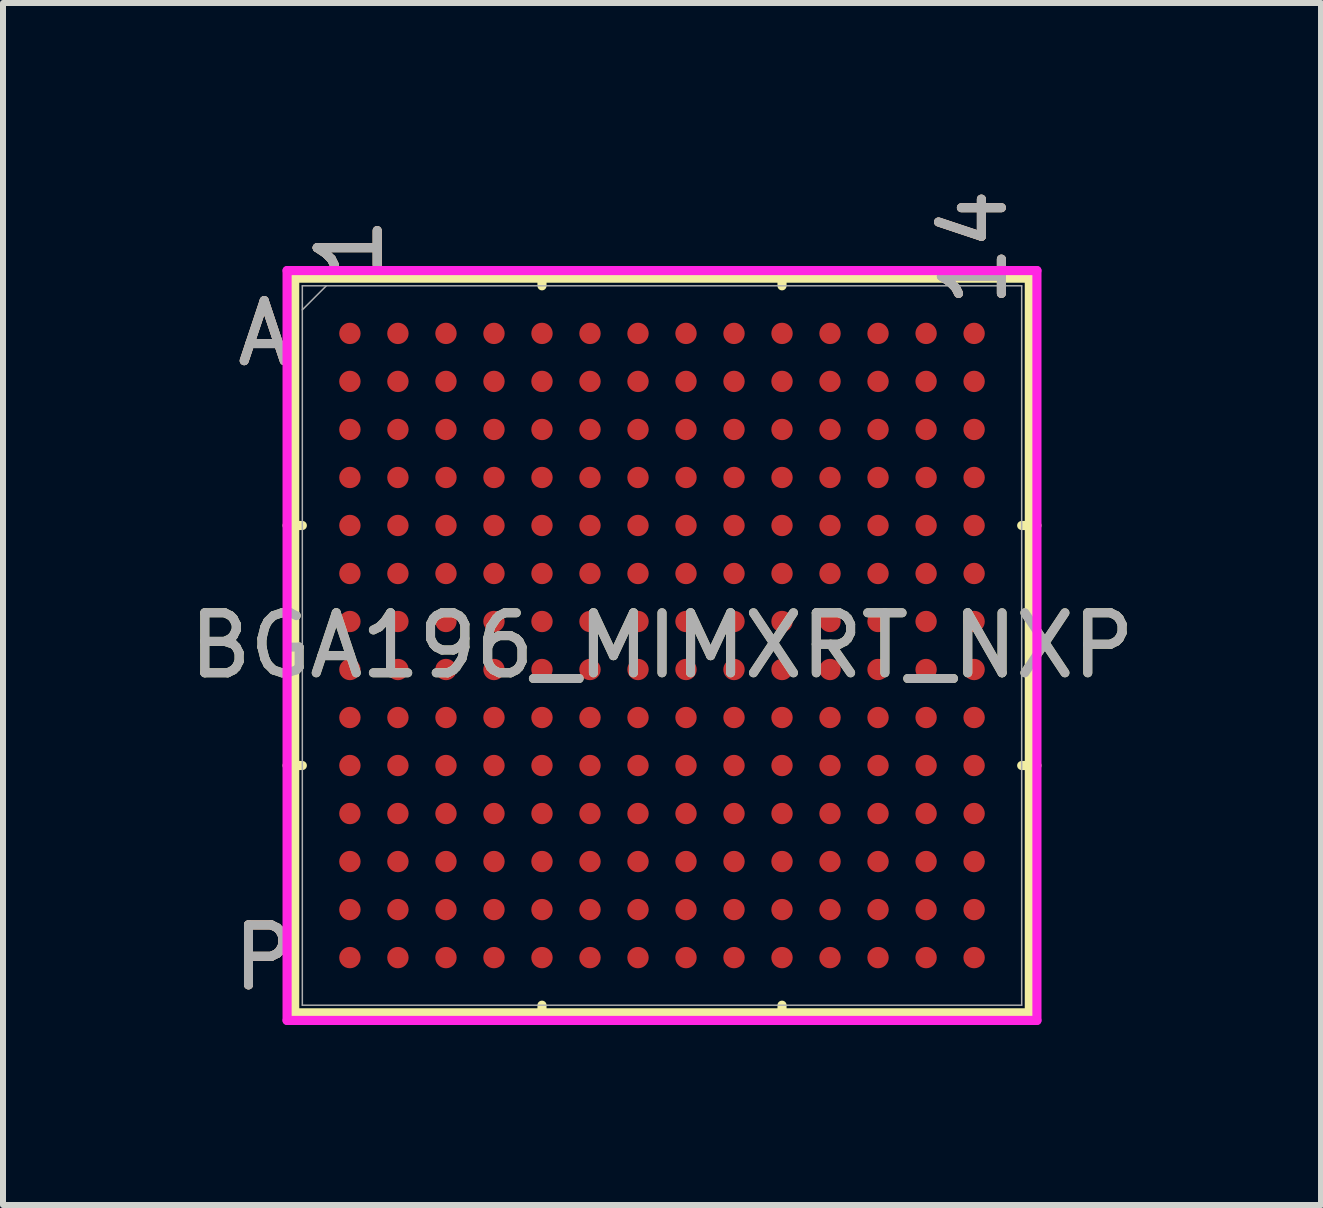
<source format=kicad_pcb>
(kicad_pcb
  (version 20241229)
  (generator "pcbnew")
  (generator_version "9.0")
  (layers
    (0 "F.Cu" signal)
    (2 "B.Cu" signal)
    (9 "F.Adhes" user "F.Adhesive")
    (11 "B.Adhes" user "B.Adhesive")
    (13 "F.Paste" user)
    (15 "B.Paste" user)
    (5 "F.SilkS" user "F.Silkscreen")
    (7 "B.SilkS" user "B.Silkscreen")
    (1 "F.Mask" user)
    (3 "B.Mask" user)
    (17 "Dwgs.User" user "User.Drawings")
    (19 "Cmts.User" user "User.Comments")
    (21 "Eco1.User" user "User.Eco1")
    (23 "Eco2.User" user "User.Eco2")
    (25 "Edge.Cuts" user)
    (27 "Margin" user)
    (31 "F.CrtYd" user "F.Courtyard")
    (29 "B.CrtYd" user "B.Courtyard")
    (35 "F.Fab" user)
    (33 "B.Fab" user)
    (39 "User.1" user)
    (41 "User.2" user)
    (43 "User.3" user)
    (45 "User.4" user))
  (footprint "BGA196_MIMXRT_NXP"
    (layer "F.Cu")
    (at 7.982 7.707)
    (property "Reference" "BGA196_MIMXRT_NXP" (at 0 0 0) (unlocked yes) (layer "F.SilkS") (effects (font (size 1 1) (thickness 0.15))))
    (attr smd)
    (fp_line (start -6.121 -6.121) (end -6.121 6.121) (stroke (width 0.152) (type solid)) (layer "F.SilkS"))
    (fp_line (start -6.121 6.121) (end 6.121 6.121) (stroke (width 0.152) (type solid)) (layer "F.SilkS"))
    (fp_line (start -5.994 -2) (end -6.248 -2) (stroke (width 0.152) (type solid)) (layer "F.SilkS"))
    (fp_line (start -5.994 2) (end -6.248 2) (stroke (width 0.152) (type solid)) (layer "F.SilkS"))
    (fp_line (start -2 -5.994) (end -2 -6.248) (stroke (width 0.152) (type solid)) (layer "F.SilkS"))
    (fp_line (start -2 5.994) (end -2 6.248) (stroke (width 0.152) (type solid)) (layer "F.SilkS"))
    (fp_line (start 2 -5.994) (end 2 -6.248) (stroke (width 0.152) (type solid)) (layer "F.SilkS"))
    (fp_line (start 2 5.994) (end 2 6.248) (stroke (width 0.152) (type solid)) (layer "F.SilkS"))
    (fp_line (start 5.994 -2) (end 6.248 -2) (stroke (width 0.152) (type solid)) (layer "F.SilkS"))
    (fp_line (start 5.994 2) (end 6.248 2) (stroke (width 0.152) (type solid)) (layer "F.SilkS"))
    (fp_line (start 6.121 -6.121) (end -6.121 -6.121) (stroke (width 0.152) (type solid)) (layer "F.SilkS"))
    (fp_line (start 6.121 6.121) (end 6.121 -6.121) (stroke (width 0.152) (type solid)) (layer "F.SilkS"))
    (fp_poly (pts (xy -6.045 -6.045) (xy 6.045 -6.045) (xy 6.045 6.045) (xy -6.045 6.045)) (stroke (width 0.1) (type solid)) (fill no) (layer "Eco2.User"))
    (fp_line (start -6.248 -6.248) (end 6.248 -6.248) (stroke (width 0.152) (type solid)) (layer "F.CrtYd"))
    (fp_line (start -6.248 6.248) (end -6.248 -6.248) (stroke (width 0.152) (type solid)) (layer "F.CrtYd"))
    (fp_line (start 6.248 -6.248) (end 6.248 6.248) (stroke (width 0.152) (type solid)) (layer "F.CrtYd"))
    (fp_line (start 6.248 6.248) (end -6.248 6.248) (stroke (width 0.152) (type solid)) (layer "F.CrtYd"))
    (fp_line (start -5.994 -5.994) (end -5.994 5.994) (stroke (width 0.025) (type solid)) (layer "F.Fab"))
    (fp_line (start -5.994 5.994) (end 5.994 5.994) (stroke (width 0.025) (type solid)) (layer "F.Fab"))
    (fp_line (start -5.594 -5.994) (end -5.994 -5.594) (stroke (width 0.025) (type solid)) (layer "F.Fab"))
    (fp_line (start 5.994 -5.994) (end -5.994 -5.994) (stroke (width 0.025) (type solid)) (layer "F.Fab"))
    (fp_line (start 5.994 5.994) (end 5.994 -5.994) (stroke (width 0.025) (type solid)) (layer "F.Fab"))
    (fp_text user "1" (at -5.201 -6.629 90) (unlocked yes) (layer "F.SilkS") (effects (font (size 1 1) (thickness 0.15))))
    (fp_text user "A" (at -6.629 -5.201 0) (unlocked yes) (layer "F.SilkS") (effects (font (size 1 1) (thickness 0.15))))
    (fp_text user "P" (at -6.629 5.201 0) (unlocked yes) (layer "F.SilkS") (effects (font (size 1 1) (thickness 0.15))))
    (fp_text user "14" (at 5.201 -6.629 90) (unlocked yes) (layer "F.SilkS") (effects (font (size 1 1) (thickness 0.15))))
    (fp_text user "1" (at -5.201 -6.629 90) (unlocked yes) (layer "B.SilkS") (effects (font (size 1 1) (thickness 0.15))))
    (fp_text user "P" (at -6.629 5.201 0) (unlocked yes) (layer "B.SilkS") (effects (font (size 1 1) (thickness 0.15))))
    (fp_text user "14" (at 5.201 -6.629 90) (unlocked yes) (layer "B.SilkS") (effects (font (size 1 1) (thickness 0.15))))
    (fp_text user "A" (at -6.629 -5.201 0) (unlocked yes) (layer "B.SilkS") (effects (font (size 1 1) (thickness 0.15))))
    (fp_text user "P" (at -6.629 5.201 0) (unlocked yes) (layer "F.Fab") (effects (font (size 1 1) (thickness 0.15))))
    (fp_text user "${REFERENCE}" (at 0 0 0) (unlocked yes) (layer "F.Fab") (effects (font (size 1 1) (thickness 0.15))))
    (fp_text user "A" (at -6.629 -5.201 0) (unlocked yes) (layer "F.Fab") (effects (font (size 1 1) (thickness 0.15))))
    (fp_text user "1" (at -5.201 -6.629 90) (unlocked yes) (layer "F.Fab") (effects (font (size 1 1) (thickness 0.15))))
    (fp_text user "14" (at 5.201 -6.629 90) (unlocked yes) (layer "F.Fab") (effects (font (size 1 1) (thickness 0.15))))
    (pad "A1" smd circle (at -5.201 -5.201) (size 0.356 0.356) (layers "F.Cu" "F.Mask" "F.Paste"))
    (pad "A2" smd circle (at -4.401 -5.201) (size 0.356 0.356) (layers "F.Cu" "F.Mask" "F.Paste"))
    (pad "A3" smd circle (at -3.6 -5.201) (size 0.356 0.356) (layers "F.Cu" "F.Mask" "F.Paste"))
    (pad "A4" smd circle (at -2.8 -5.201) (size 0.356 0.356) (layers "F.Cu" "F.Mask" "F.Paste"))
    (pad "A5" smd circle (at -2 -5.201) (size 0.356 0.356) (layers "F.Cu" "F.Mask" "F.Paste"))
    (pad "A6" smd circle (at -1.2 -5.201) (size 0.356 0.356) (layers "F.Cu" "F.Mask" "F.Paste"))
    (pad "A7" smd circle (at -0.4 -5.201) (size 0.356 0.356) (layers "F.Cu" "F.Mask" "F.Paste"))
    (pad "A8" smd circle (at 0.4 -5.201) (size 0.356 0.356) (layers "F.Cu" "F.Mask" "F.Paste"))
    (pad "A9" smd circle (at 1.2 -5.201) (size 0.356 0.356) (layers "F.Cu" "F.Mask" "F.Paste"))
    (pad "A10" smd circle (at 2 -5.201) (size 0.356 0.356) (layers "F.Cu" "F.Mask" "F.Paste"))
    (pad "A11" smd circle (at 2.8 -5.201) (size 0.356 0.356) (layers "F.Cu" "F.Mask" "F.Paste"))
    (pad "A12" smd circle (at 3.6 -5.201) (size 0.356 0.356) (layers "F.Cu" "F.Mask" "F.Paste"))
    (pad "A13" smd circle (at 4.401 -5.201) (size 0.356 0.356) (layers "F.Cu" "F.Mask" "F.Paste"))
    (pad "A14" smd circle (at 5.201 -5.201) (size 0.356 0.356) (layers "F.Cu" "F.Mask" "F.Paste"))
    (pad "B1" smd circle (at -5.201 -4.401) (size 0.356 0.356) (layers "F.Cu" "F.Mask" "F.Paste"))
    (pad "B2" smd circle (at -4.401 -4.401) (size 0.356 0.356) (layers "F.Cu" "F.Mask" "F.Paste"))
    (pad "B3" smd circle (at -3.6 -4.401) (size 0.356 0.356) (layers "F.Cu" "F.Mask" "F.Paste"))
    (pad "B4" smd circle (at -2.8 -4.401) (size 0.356 0.356) (layers "F.Cu" "F.Mask" "F.Paste"))
    (pad "B5" smd circle (at -2 -4.401) (size 0.356 0.356) (layers "F.Cu" "F.Mask" "F.Paste"))
    (pad "B6" smd circle (at -1.2 -4.401) (size 0.356 0.356) (layers "F.Cu" "F.Mask" "F.Paste"))
    (pad "B7" smd circle (at -0.4 -4.401) (size 0.356 0.356) (layers "F.Cu" "F.Mask" "F.Paste"))
    (pad "B8" smd circle (at 0.4 -4.401) (size 0.356 0.356) (layers "F.Cu" "F.Mask" "F.Paste"))
    (pad "B9" smd circle (at 1.2 -4.401) (size 0.356 0.356) (layers "F.Cu" "F.Mask" "F.Paste"))
    (pad "B10" smd circle (at 2 -4.401) (size 0.356 0.356) (layers "F.Cu" "F.Mask" "F.Paste"))
    (pad "B11" smd circle (at 2.8 -4.401) (size 0.356 0.356) (layers "F.Cu" "F.Mask" "F.Paste"))
    (pad "B12" smd circle (at 3.6 -4.401) (size 0.356 0.356) (layers "F.Cu" "F.Mask" "F.Paste"))
    (pad "B13" smd circle (at 4.401 -4.401) (size 0.356 0.356) (layers "F.Cu" "F.Mask" "F.Paste"))
    (pad "B14" smd circle (at 5.201 -4.401) (size 0.356 0.356) (layers "F.Cu" "F.Mask" "F.Paste"))
    (pad "C1" smd circle (at -5.201 -3.6) (size 0.356 0.356) (layers "F.Cu" "F.Mask" "F.Paste"))
    (pad "C2" smd circle (at -4.401 -3.6) (size 0.356 0.356) (layers "F.Cu" "F.Mask" "F.Paste"))
    (pad "C3" smd circle (at -3.6 -3.6) (size 0.356 0.356) (layers "F.Cu" "F.Mask" "F.Paste"))
    (pad "C4" smd circle (at -2.8 -3.6) (size 0.356 0.356) (layers "F.Cu" "F.Mask" "F.Paste"))
    (pad "C5" smd circle (at -2 -3.6) (size 0.356 0.356) (layers "F.Cu" "F.Mask" "F.Paste"))
    (pad "C6" smd circle (at -1.2 -3.6) (size 0.356 0.356) (layers "F.Cu" "F.Mask" "F.Paste"))
    (pad "C7" smd circle (at -0.4 -3.6) (size 0.356 0.356) (layers "F.Cu" "F.Mask" "F.Paste"))
    (pad "C8" smd circle (at 0.4 -3.6) (size 0.356 0.356) (layers "F.Cu" "F.Mask" "F.Paste"))
    (pad "C9" smd circle (at 1.2 -3.6) (size 0.356 0.356) (layers "F.Cu" "F.Mask" "F.Paste"))
    (pad "C10" smd circle (at 2 -3.6) (size 0.356 0.356) (layers "F.Cu" "F.Mask" "F.Paste"))
    (pad "C11" smd circle (at 2.8 -3.6) (size 0.356 0.356) (layers "F.Cu" "F.Mask" "F.Paste"))
    (pad "C12" smd circle (at 3.6 -3.6) (size 0.356 0.356) (layers "F.Cu" "F.Mask" "F.Paste"))
    (pad "C13" smd circle (at 4.401 -3.6) (size 0.356 0.356) (layers "F.Cu" "F.Mask" "F.Paste"))
    (pad "C14" smd circle (at 5.201 -3.6) (size 0.356 0.356) (layers "F.Cu" "F.Mask" "F.Paste"))
    (pad "D1" smd circle (at -5.201 -2.8) (size 0.356 0.356) (layers "F.Cu" "F.Mask" "F.Paste"))
    (pad "D2" smd circle (at -4.401 -2.8) (size 0.356 0.356) (layers "F.Cu" "F.Mask" "F.Paste"))
    (pad "D3" smd circle (at -3.6 -2.8) (size 0.356 0.356) (layers "F.Cu" "F.Mask" "F.Paste"))
    (pad "D4" smd circle (at -2.8 -2.8) (size 0.356 0.356) (layers "F.Cu" "F.Mask" "F.Paste"))
    (pad "D5" smd circle (at -2 -2.8) (size 0.356 0.356) (layers "F.Cu" "F.Mask" "F.Paste"))
    (pad "D6" smd circle (at -1.2 -2.8) (size 0.356 0.356) (layers "F.Cu" "F.Mask" "F.Paste"))
    (pad "D7" smd circle (at -0.4 -2.8) (size 0.356 0.356) (layers "F.Cu" "F.Mask" "F.Paste"))
    (pad "D8" smd circle (at 0.4 -2.8) (size 0.356 0.356) (layers "F.Cu" "F.Mask" "F.Paste"))
    (pad "D9" smd circle (at 1.2 -2.8) (size 0.356 0.356) (layers "F.Cu" "F.Mask" "F.Paste"))
    (pad "D10" smd circle (at 2 -2.8) (size 0.356 0.356) (layers "F.Cu" "F.Mask" "F.Paste"))
    (pad "D11" smd circle (at 2.8 -2.8) (size 0.356 0.356) (layers "F.Cu" "F.Mask" "F.Paste"))
    (pad "D12" smd circle (at 3.6 -2.8) (size 0.356 0.356) (layers "F.Cu" "F.Mask" "F.Paste"))
    (pad "D13" smd circle (at 4.401 -2.8) (size 0.356 0.356) (layers "F.Cu" "F.Mask" "F.Paste"))
    (pad "D14" smd circle (at 5.201 -2.8) (size 0.356 0.356) (layers "F.Cu" "F.Mask" "F.Paste"))
    (pad "E1" smd circle (at -5.201 -2) (size 0.356 0.356) (layers "F.Cu" "F.Mask" "F.Paste"))
    (pad "E2" smd circle (at -4.401 -2) (size 0.356 0.356) (layers "F.Cu" "F.Mask" "F.Paste"))
    (pad "E3" smd circle (at -3.6 -2) (size 0.356 0.356) (layers "F.Cu" "F.Mask" "F.Paste"))
    (pad "E4" smd circle (at -2.8 -2) (size 0.356 0.356) (layers "F.Cu" "F.Mask" "F.Paste"))
    (pad "E5" smd circle (at -2 -2) (size 0.356 0.356) (layers "F.Cu" "F.Mask" "F.Paste"))
    (pad "E6" smd circle (at -1.2 -2) (size 0.356 0.356) (layers "F.Cu" "F.Mask" "F.Paste"))
    (pad "E7" smd circle (at -0.4 -2) (size 0.356 0.356) (layers "F.Cu" "F.Mask" "F.Paste"))
    (pad "E8" smd circle (at 0.4 -2) (size 0.356 0.356) (layers "F.Cu" "F.Mask" "F.Paste"))
    (pad "E9" smd circle (at 1.2 -2) (size 0.356 0.356) (layers "F.Cu" "F.Mask" "F.Paste"))
    (pad "E10" smd circle (at 2 -2) (size 0.356 0.356) (layers "F.Cu" "F.Mask" "F.Paste"))
    (pad "E11" smd circle (at 2.8 -2) (size 0.356 0.356) (layers "F.Cu" "F.Mask" "F.Paste"))
    (pad "E12" smd circle (at 3.6 -2) (size 0.356 0.356) (layers "F.Cu" "F.Mask" "F.Paste"))
    (pad "E13" smd circle (at 4.401 -2) (size 0.356 0.356) (layers "F.Cu" "F.Mask" "F.Paste"))
    (pad "E14" smd circle (at 5.201 -2) (size 0.356 0.356) (layers "F.Cu" "F.Mask" "F.Paste"))
    (pad "F1" smd circle (at -5.201 -1.2) (size 0.356 0.356) (layers "F.Cu" "F.Mask" "F.Paste"))
    (pad "F2" smd circle (at -4.401 -1.2) (size 0.356 0.356) (layers "F.Cu" "F.Mask" "F.Paste"))
    (pad "F3" smd circle (at -3.6 -1.2) (size 0.356 0.356) (layers "F.Cu" "F.Mask" "F.Paste"))
    (pad "F4" smd circle (at -2.8 -1.2) (size 0.356 0.356) (layers "F.Cu" "F.Mask" "F.Paste"))
    (pad "F5" smd circle (at -2 -1.2) (size 0.356 0.356) (layers "F.Cu" "F.Mask" "F.Paste"))
    (pad "F6" smd circle (at -1.2 -1.2) (size 0.356 0.356) (layers "F.Cu" "F.Mask" "F.Paste"))
    (pad "F7" smd circle (at -0.4 -1.2) (size 0.356 0.356) (layers "F.Cu" "F.Mask" "F.Paste"))
    (pad "F8" smd circle (at 0.4 -1.2) (size 0.356 0.356) (layers "F.Cu" "F.Mask" "F.Paste"))
    (pad "F9" smd circle (at 1.2 -1.2) (size 0.356 0.356) (layers "F.Cu" "F.Mask" "F.Paste"))
    (pad "F10" smd circle (at 2 -1.2) (size 0.356 0.356) (layers "F.Cu" "F.Mask" "F.Paste"))
    (pad "F11" smd circle (at 2.8 -1.2) (size 0.356 0.356) (layers "F.Cu" "F.Mask" "F.Paste"))
    (pad "F12" smd circle (at 3.6 -1.2) (size 0.356 0.356) (layers "F.Cu" "F.Mask" "F.Paste"))
    (pad "F13" smd circle (at 4.401 -1.2) (size 0.356 0.356) (layers "F.Cu" "F.Mask" "F.Paste"))
    (pad "F14" smd circle (at 5.201 -1.2) (size 0.356 0.356) (layers "F.Cu" "F.Mask" "F.Paste"))
    (pad "G1" smd circle (at -5.201 -0.4) (size 0.356 0.356) (layers "F.Cu" "F.Mask" "F.Paste"))
    (pad "G2" smd circle (at -4.401 -0.4) (size 0.356 0.356) (layers "F.Cu" "F.Mask" "F.Paste"))
    (pad "G3" smd circle (at -3.6 -0.4) (size 0.356 0.356) (layers "F.Cu" "F.Mask" "F.Paste"))
    (pad "G4" smd circle (at -2.8 -0.4) (size 0.356 0.356) (layers "F.Cu" "F.Mask" "F.Paste"))
    (pad "G5" smd circle (at -2 -0.4) (size 0.356 0.356) (layers "F.Cu" "F.Mask" "F.Paste"))
    (pad "G6" smd circle (at -1.2 -0.4) (size 0.356 0.356) (layers "F.Cu" "F.Mask" "F.Paste"))
    (pad "G7" smd circle (at -0.4 -0.4) (size 0.356 0.356) (layers "F.Cu" "F.Mask" "F.Paste"))
    (pad "G8" smd circle (at 0.4 -0.4) (size 0.356 0.356) (layers "F.Cu" "F.Mask" "F.Paste"))
    (pad "G9" smd circle (at 1.2 -0.4) (size 0.356 0.356) (layers "F.Cu" "F.Mask" "F.Paste"))
    (pad "G10" smd circle (at 2 -0.4) (size 0.356 0.356) (layers "F.Cu" "F.Mask" "F.Paste"))
    (pad "G11" smd circle (at 2.8 -0.4) (size 0.356 0.356) (layers "F.Cu" "F.Mask" "F.Paste"))
    (pad "G12" smd circle (at 3.6 -0.4) (size 0.356 0.356) (layers "F.Cu" "F.Mask" "F.Paste"))
    (pad "G13" smd circle (at 4.401 -0.4) (size 0.356 0.356) (layers "F.Cu" "F.Mask" "F.Paste"))
    (pad "G14" smd circle (at 5.201 -0.4) (size 0.356 0.356) (layers "F.Cu" "F.Mask" "F.Paste"))
    (pad "H1" smd circle (at -5.201 0.4) (size 0.356 0.356) (layers "F.Cu" "F.Mask" "F.Paste"))
    (pad "H2" smd circle (at -4.401 0.4) (size 0.356 0.356) (layers "F.Cu" "F.Mask" "F.Paste"))
    (pad "H3" smd circle (at -3.6 0.4) (size 0.356 0.356) (layers "F.Cu" "F.Mask" "F.Paste"))
    (pad "H4" smd circle (at -2.8 0.4) (size 0.356 0.356) (layers "F.Cu" "F.Mask" "F.Paste"))
    (pad "H5" smd circle (at -2 0.4) (size 0.356 0.356) (layers "F.Cu" "F.Mask" "F.Paste"))
    (pad "H6" smd circle (at -1.2 0.4) (size 0.356 0.356) (layers "F.Cu" "F.Mask" "F.Paste"))
    (pad "H7" smd circle (at -0.4 0.4) (size 0.356 0.356) (layers "F.Cu" "F.Mask" "F.Paste"))
    (pad "H8" smd circle (at 0.4 0.4) (size 0.356 0.356) (layers "F.Cu" "F.Mask" "F.Paste"))
    (pad "H9" smd circle (at 1.2 0.4) (size 0.356 0.356) (layers "F.Cu" "F.Mask" "F.Paste"))
    (pad "H10" smd circle (at 2 0.4) (size 0.356 0.356) (layers "F.Cu" "F.Mask" "F.Paste"))
    (pad "H11" smd circle (at 2.8 0.4) (size 0.356 0.356) (layers "F.Cu" "F.Mask" "F.Paste"))
    (pad "H12" smd circle (at 3.6 0.4) (size 0.356 0.356) (layers "F.Cu" "F.Mask" "F.Paste"))
    (pad "H13" smd circle (at 4.401 0.4) (size 0.356 0.356) (layers "F.Cu" "F.Mask" "F.Paste"))
    (pad "H14" smd circle (at 5.201 0.4) (size 0.356 0.356) (layers "F.Cu" "F.Mask" "F.Paste"))
    (pad "J1" smd circle (at -5.201 1.2) (size 0.356 0.356) (layers "F.Cu" "F.Mask" "F.Paste"))
    (pad "J2" smd circle (at -4.401 1.2) (size 0.356 0.356) (layers "F.Cu" "F.Mask" "F.Paste"))
    (pad "J3" smd circle (at -3.6 1.2) (size 0.356 0.356) (layers "F.Cu" "F.Mask" "F.Paste"))
    (pad "J4" smd circle (at -2.8 1.2) (size 0.356 0.356) (layers "F.Cu" "F.Mask" "F.Paste"))
    (pad "J5" smd circle (at -2 1.2) (size 0.356 0.356) (layers "F.Cu" "F.Mask" "F.Paste"))
    (pad "J6" smd circle (at -1.2 1.2) (size 0.356 0.356) (layers "F.Cu" "F.Mask" "F.Paste"))
    (pad "J7" smd circle (at -0.4 1.2) (size 0.356 0.356) (layers "F.Cu" "F.Mask" "F.Paste"))
    (pad "J8" smd circle (at 0.4 1.2) (size 0.356 0.356) (layers "F.Cu" "F.Mask" "F.Paste"))
    (pad "J9" smd circle (at 1.2 1.2) (size 0.356 0.356) (layers "F.Cu" "F.Mask" "F.Paste"))
    (pad "J10" smd circle (at 2 1.2) (size 0.356 0.356) (layers "F.Cu" "F.Mask" "F.Paste"))
    (pad "J11" smd circle (at 2.8 1.2) (size 0.356 0.356) (layers "F.Cu" "F.Mask" "F.Paste"))
    (pad "J12" smd circle (at 3.6 1.2) (size 0.356 0.356) (layers "F.Cu" "F.Mask" "F.Paste"))
    (pad "J13" smd circle (at 4.401 1.2) (size 0.356 0.356) (layers "F.Cu" "F.Mask" "F.Paste"))
    (pad "J14" smd circle (at 5.201 1.2) (size 0.356 0.356) (layers "F.Cu" "F.Mask" "F.Paste"))
    (pad "K1" smd circle (at -5.201 2) (size 0.356 0.356) (layers "F.Cu" "F.Mask" "F.Paste"))
    (pad "K2" smd circle (at -4.401 2) (size 0.356 0.356) (layers "F.Cu" "F.Mask" "F.Paste"))
    (pad "K3" smd circle (at -3.6 2) (size 0.356 0.356) (layers "F.Cu" "F.Mask" "F.Paste"))
    (pad "K4" smd circle (at -2.8 2) (size 0.356 0.356) (layers "F.Cu" "F.Mask" "F.Paste"))
    (pad "K5" smd circle (at -2 2) (size 0.356 0.356) (layers "F.Cu" "F.Mask" "F.Paste"))
    (pad "K6" smd circle (at -1.2 2) (size 0.356 0.356) (layers "F.Cu" "F.Mask" "F.Paste"))
    (pad "K7" smd circle (at -0.4 2) (size 0.356 0.356) (layers "F.Cu" "F.Mask" "F.Paste"))
    (pad "K8" smd circle (at 0.4 2) (size 0.356 0.356) (layers "F.Cu" "F.Mask" "F.Paste"))
    (pad "K9" smd circle (at 1.2 2) (size 0.356 0.356) (layers "F.Cu" "F.Mask" "F.Paste"))
    (pad "K10" smd circle (at 2 2) (size 0.356 0.356) (layers "F.Cu" "F.Mask" "F.Paste"))
    (pad "K11" smd circle (at 2.8 2) (size 0.356 0.356) (layers "F.Cu" "F.Mask" "F.Paste"))
    (pad "K12" smd circle (at 3.6 2) (size 0.356 0.356) (layers "F.Cu" "F.Mask" "F.Paste"))
    (pad "K13" smd circle (at 4.401 2) (size 0.356 0.356) (layers "F.Cu" "F.Mask" "F.Paste"))
    (pad "K14" smd circle (at 5.201 2) (size 0.356 0.356) (layers "F.Cu" "F.Mask" "F.Paste"))
    (pad "L1" smd circle (at -5.201 2.8) (size 0.356 0.356) (layers "F.Cu" "F.Mask" "F.Paste"))
    (pad "L2" smd circle (at -4.401 2.8) (size 0.356 0.356) (layers "F.Cu" "F.Mask" "F.Paste"))
    (pad "L3" smd circle (at -3.6 2.8) (size 0.356 0.356) (layers "F.Cu" "F.Mask" "F.Paste"))
    (pad "L4" smd circle (at -2.8 2.8) (size 0.356 0.356) (layers "F.Cu" "F.Mask" "F.Paste"))
    (pad "L5" smd circle (at -2 2.8) (size 0.356 0.356) (layers "F.Cu" "F.Mask" "F.Paste"))
    (pad "L6" smd circle (at -1.2 2.8) (size 0.356 0.356) (layers "F.Cu" "F.Mask" "F.Paste"))
    (pad "L7" smd circle (at -0.4 2.8) (size 0.356 0.356) (layers "F.Cu" "F.Mask" "F.Paste"))
    (pad "L8" smd circle (at 0.4 2.8) (size 0.356 0.356) (layers "F.Cu" "F.Mask" "F.Paste"))
    (pad "L9" smd circle (at 1.2 2.8) (size 0.356 0.356) (layers "F.Cu" "F.Mask" "F.Paste"))
    (pad "L10" smd circle (at 2 2.8) (size 0.356 0.356) (layers "F.Cu" "F.Mask" "F.Paste"))
    (pad "L11" smd circle (at 2.8 2.8) (size 0.356 0.356) (layers "F.Cu" "F.Mask" "F.Paste"))
    (pad "L12" smd circle (at 3.6 2.8) (size 0.356 0.356) (layers "F.Cu" "F.Mask" "F.Paste"))
    (pad "L13" smd circle (at 4.401 2.8) (size 0.356 0.356) (layers "F.Cu" "F.Mask" "F.Paste"))
    (pad "L14" smd circle (at 5.201 2.8) (size 0.356 0.356) (layers "F.Cu" "F.Mask" "F.Paste"))
    (pad "M1" smd circle (at -5.201 3.6) (size 0.356 0.356) (layers "F.Cu" "F.Mask" "F.Paste"))
    (pad "M2" smd circle (at -4.401 3.6) (size 0.356 0.356) (layers "F.Cu" "F.Mask" "F.Paste"))
    (pad "M3" smd circle (at -3.6 3.6) (size 0.356 0.356) (layers "F.Cu" "F.Mask" "F.Paste"))
    (pad "M4" smd circle (at -2.8 3.6) (size 0.356 0.356) (layers "F.Cu" "F.Mask" "F.Paste"))
    (pad "M5" smd circle (at -2 3.6) (size 0.356 0.356) (layers "F.Cu" "F.Mask" "F.Paste"))
    (pad "M6" smd circle (at -1.2 3.6) (size 0.356 0.356) (layers "F.Cu" "F.Mask" "F.Paste"))
    (pad "M7" smd circle (at -0.4 3.6) (size 0.356 0.356) (layers "F.Cu" "F.Mask" "F.Paste"))
    (pad "M8" smd circle (at 0.4 3.6) (size 0.356 0.356) (layers "F.Cu" "F.Mask" "F.Paste"))
    (pad "M9" smd circle (at 1.2 3.6) (size 0.356 0.356) (layers "F.Cu" "F.Mask" "F.Paste"))
    (pad "M10" smd circle (at 2 3.6) (size 0.356 0.356) (layers "F.Cu" "F.Mask" "F.Paste"))
    (pad "M11" smd circle (at 2.8 3.6) (size 0.356 0.356) (layers "F.Cu" "F.Mask" "F.Paste"))
    (pad "M12" smd circle (at 3.6 3.6) (size 0.356 0.356) (layers "F.Cu" "F.Mask" "F.Paste"))
    (pad "M13" smd circle (at 4.401 3.6) (size 0.356 0.356) (layers "F.Cu" "F.Mask" "F.Paste"))
    (pad "M14" smd circle (at 5.201 3.6) (size 0.356 0.356) (layers "F.Cu" "F.Mask" "F.Paste"))
    (pad "N1" smd circle (at -5.201 4.401) (size 0.356 0.356) (layers "F.Cu" "F.Mask" "F.Paste"))
    (pad "N2" smd circle (at -4.401 4.401) (size 0.356 0.356) (layers "F.Cu" "F.Mask" "F.Paste"))
    (pad "N3" smd circle (at -3.6 4.401) (size 0.356 0.356) (layers "F.Cu" "F.Mask" "F.Paste"))
    (pad "N4" smd circle (at -2.8 4.401) (size 0.356 0.356) (layers "F.Cu" "F.Mask" "F.Paste"))
    (pad "N5" smd circle (at -2 4.401) (size 0.356 0.356) (layers "F.Cu" "F.Mask" "F.Paste"))
    (pad "N6" smd circle (at -1.2 4.401) (size 0.356 0.356) (layers "F.Cu" "F.Mask" "F.Paste"))
    (pad "N7" smd circle (at -0.4 4.401) (size 0.356 0.356) (layers "F.Cu" "F.Mask" "F.Paste"))
    (pad "N8" smd circle (at 0.4 4.401) (size 0.356 0.356) (layers "F.Cu" "F.Mask" "F.Paste"))
    (pad "N9" smd circle (at 1.2 4.401) (size 0.356 0.356) (layers "F.Cu" "F.Mask" "F.Paste"))
    (pad "N10" smd circle (at 2 4.401) (size 0.356 0.356) (layers "F.Cu" "F.Mask" "F.Paste"))
    (pad "N11" smd circle (at 2.8 4.401) (size 0.356 0.356) (layers "F.Cu" "F.Mask" "F.Paste"))
    (pad "N12" smd circle (at 3.6 4.401) (size 0.356 0.356) (layers "F.Cu" "F.Mask" "F.Paste"))
    (pad "N13" smd circle (at 4.401 4.401) (size 0.356 0.356) (layers "F.Cu" "F.Mask" "F.Paste"))
    (pad "N14" smd circle (at 5.201 4.401) (size 0.356 0.356) (layers "F.Cu" "F.Mask" "F.Paste"))
    (pad "P1" smd circle (at -5.201 5.201) (size 0.356 0.356) (layers "F.Cu" "F.Mask" "F.Paste"))
    (pad "P2" smd circle (at -4.401 5.201) (size 0.356 0.356) (layers "F.Cu" "F.Mask" "F.Paste"))
    (pad "P3" smd circle (at -3.6 5.201) (size 0.356 0.356) (layers "F.Cu" "F.Mask" "F.Paste"))
    (pad "P4" smd circle (at -2.8 5.201) (size 0.356 0.356) (layers "F.Cu" "F.Mask" "F.Paste"))
    (pad "P5" smd circle (at -2 5.201) (size 0.356 0.356) (layers "F.Cu" "F.Mask" "F.Paste"))
    (pad "P6" smd circle (at -1.2 5.201) (size 0.356 0.356) (layers "F.Cu" "F.Mask" "F.Paste"))
    (pad "P7" smd circle (at -0.4 5.201) (size 0.356 0.356) (layers "F.Cu" "F.Mask" "F.Paste"))
    (pad "P8" smd circle (at 0.4 5.201) (size 0.356 0.356) (layers "F.Cu" "F.Mask" "F.Paste"))
    (pad "P9" smd circle (at 1.2 5.201) (size 0.356 0.356) (layers "F.Cu" "F.Mask" "F.Paste"))
    (pad "P10" smd circle (at 2 5.201) (size 0.356 0.356) (layers "F.Cu" "F.Mask" "F.Paste"))
    (pad "P11" smd circle (at 2.8 5.201) (size 0.356 0.356) (layers "F.Cu" "F.Mask" "F.Paste"))
    (pad "P12" smd circle (at 3.6 5.201) (size 0.356 0.356) (layers "F.Cu" "F.Mask" "F.Paste"))
    (pad "P13" smd circle (at 4.401 5.201) (size 0.356 0.356) (layers "F.Cu" "F.Mask" "F.Paste"))
    (pad "P14" smd circle (at 5.201 5.201) (size 0.356 0.356) (layers "F.Cu" "F.Mask" "F.Paste")))
  (gr_rect
    (start -3 -3)
    (end 18.964 17.031)
    (stroke (width 0.1) (type default))
    (fill no)
    (layer "Edge.Cuts")))
</source>
